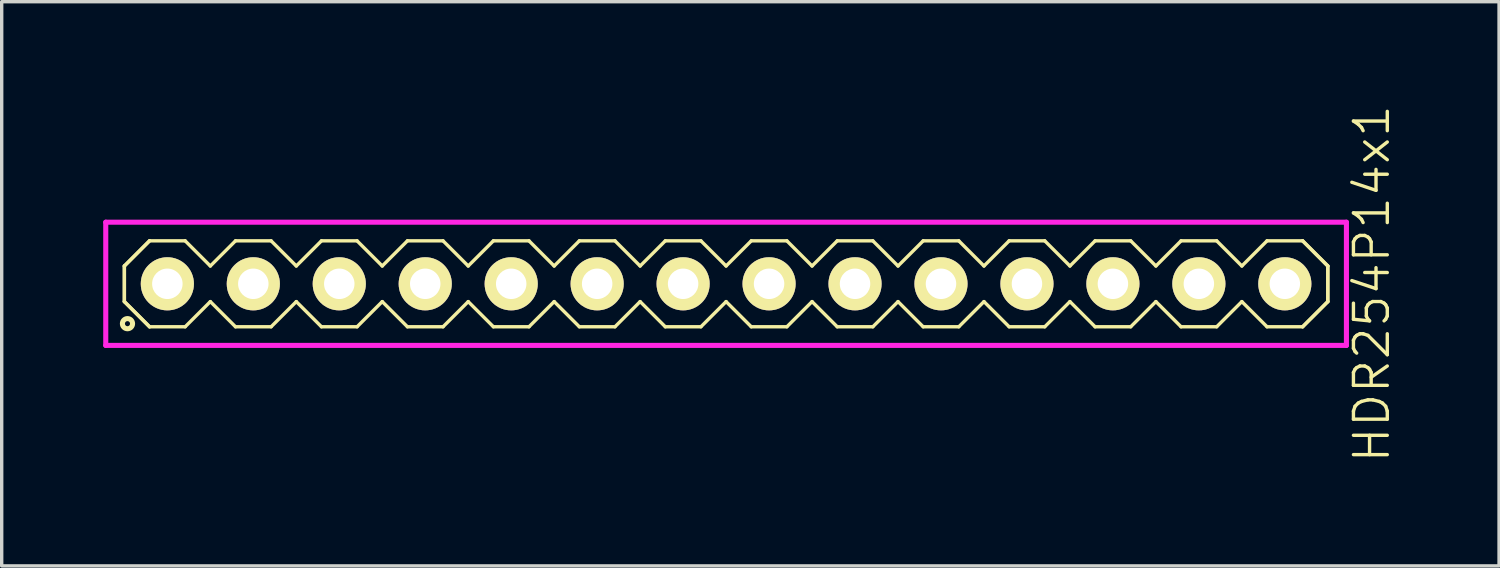
<source format=kicad_pcb>
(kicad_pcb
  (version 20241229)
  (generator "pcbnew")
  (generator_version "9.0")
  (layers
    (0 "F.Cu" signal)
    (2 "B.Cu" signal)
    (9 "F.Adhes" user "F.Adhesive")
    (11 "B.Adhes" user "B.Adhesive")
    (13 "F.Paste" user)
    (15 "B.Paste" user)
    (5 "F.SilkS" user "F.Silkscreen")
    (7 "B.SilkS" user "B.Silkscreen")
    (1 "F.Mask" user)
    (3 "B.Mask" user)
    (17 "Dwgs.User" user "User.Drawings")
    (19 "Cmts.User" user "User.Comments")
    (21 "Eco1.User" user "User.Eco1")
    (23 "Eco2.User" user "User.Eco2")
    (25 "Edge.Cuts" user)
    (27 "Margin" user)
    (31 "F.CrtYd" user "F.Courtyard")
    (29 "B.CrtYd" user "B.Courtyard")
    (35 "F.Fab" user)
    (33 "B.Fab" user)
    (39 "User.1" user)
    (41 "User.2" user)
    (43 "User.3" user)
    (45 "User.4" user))
  (footprint "HDR254P14x1"
    (layer "F.Cu")
    (at 18.405 5.336)
    (property "Reference" "HDR254P14x1" (at 19.08 0 90) (layer "F.SilkS") (effects (font (size 1 1) (thickness 0.1))))
    (attr through_hole)
    (fp_line (start -17.78 -0.526) (end -17.036 -1.27) (stroke (width 0.1) (type solid)) (layer "F.SilkS"))
    (fp_line (start -17.78 -0.526) (end -17.036 -1.27) (stroke (width 0.1) (type solid)) (layer "F.SilkS"))
    (fp_line (start -17.78 0.526) (end -17.78 -0.526) (stroke (width 0.1) (type solid)) (layer "F.SilkS"))
    (fp_line (start -17.78 0.526) (end -17.78 -0.526) (stroke (width 0.1) (type solid)) (layer "F.SilkS"))
    (fp_line (start -17.036 -1.27) (end -15.984 -1.27) (stroke (width 0.1) (type solid)) (layer "F.SilkS"))
    (fp_line (start -17.036 1.27) (end -17.78 0.526) (stroke (width 0.1) (type solid)) (layer "F.SilkS"))
    (fp_line (start -17.036 1.27) (end -17.78 0.526) (stroke (width 0.1) (type solid)) (layer "F.SilkS"))
    (fp_line (start -15.984 -1.27) (end -15.24 -0.526) (stroke (width 0.1) (type solid)) (layer "F.SilkS"))
    (fp_line (start -15.984 1.27) (end -17.036 1.27) (stroke (width 0.1) (type solid)) (layer "F.SilkS"))
    (fp_line (start -15.24 -0.526) (end -14.496 -1.27) (stroke (width 0.1) (type solid)) (layer "F.SilkS"))
    (fp_line (start -15.24 0.526) (end -15.984 1.27) (stroke (width 0.1) (type solid)) (layer "F.SilkS"))
    (fp_line (start -14.496 -1.27) (end -13.444 -1.27) (stroke (width 0.1) (type solid)) (layer "F.SilkS"))
    (fp_line (start -14.496 1.27) (end -15.24 0.526) (stroke (width 0.1) (type solid)) (layer "F.SilkS"))
    (fp_line (start -13.444 -1.27) (end -12.7 -0.526) (stroke (width 0.1) (type solid)) (layer "F.SilkS"))
    (fp_line (start -13.444 1.27) (end -14.496 1.27) (stroke (width 0.1) (type solid)) (layer "F.SilkS"))
    (fp_line (start -12.7 -0.526) (end -11.956 -1.27) (stroke (width 0.1) (type solid)) (layer "F.SilkS"))
    (fp_line (start -12.7 0.526) (end -13.444 1.27) (stroke (width 0.1) (type solid)) (layer "F.SilkS"))
    (fp_line (start -11.956 -1.27) (end -10.904 -1.27) (stroke (width 0.1) (type solid)) (layer "F.SilkS"))
    (fp_line (start -11.956 1.27) (end -12.7 0.526) (stroke (width 0.1) (type solid)) (layer "F.SilkS"))
    (fp_line (start -10.904 -1.27) (end -10.16 -0.526) (stroke (width 0.1) (type solid)) (layer "F.SilkS"))
    (fp_line (start -10.904 1.27) (end -11.956 1.27) (stroke (width 0.1) (type solid)) (layer "F.SilkS"))
    (fp_line (start -10.16 -0.526) (end -9.416 -1.27) (stroke (width 0.1) (type solid)) (layer "F.SilkS"))
    (fp_line (start -10.16 0.526) (end -10.904 1.27) (stroke (width 0.1) (type solid)) (layer "F.SilkS"))
    (fp_line (start -9.416 -1.27) (end -8.364 -1.27) (stroke (width 0.1) (type solid)) (layer "F.SilkS"))
    (fp_line (start -9.416 1.27) (end -10.16 0.526) (stroke (width 0.1) (type solid)) (layer "F.SilkS"))
    (fp_line (start -8.364 -1.27) (end -7.62 -0.526) (stroke (width 0.1) (type solid)) (layer "F.SilkS"))
    (fp_line (start -8.364 1.27) (end -9.416 1.27) (stroke (width 0.1) (type solid)) (layer "F.SilkS"))
    (fp_line (start -7.62 -0.526) (end -6.876 -1.27) (stroke (width 0.1) (type solid)) (layer "F.SilkS"))
    (fp_line (start -7.62 0.526) (end -8.364 1.27) (stroke (width 0.1) (type solid)) (layer "F.SilkS"))
    (fp_line (start -6.876 -1.27) (end -5.824 -1.27) (stroke (width 0.1) (type solid)) (layer "F.SilkS"))
    (fp_line (start -6.876 1.27) (end -7.62 0.526) (stroke (width 0.1) (type solid)) (layer "F.SilkS"))
    (fp_line (start -5.824 -1.27) (end -5.08 -0.526) (stroke (width 0.1) (type solid)) (layer "F.SilkS"))
    (fp_line (start -5.824 1.27) (end -6.876 1.27) (stroke (width 0.1) (type solid)) (layer "F.SilkS"))
    (fp_line (start -5.08 -0.526) (end -4.336 -1.27) (stroke (width 0.1) (type solid)) (layer "F.SilkS"))
    (fp_line (start -5.08 0.526) (end -5.824 1.27) (stroke (width 0.1) (type solid)) (layer "F.SilkS"))
    (fp_line (start -4.336 -1.27) (end -3.284 -1.27) (stroke (width 0.1) (type solid)) (layer "F.SilkS"))
    (fp_line (start -4.336 1.27) (end -5.08 0.526) (stroke (width 0.1) (type solid)) (layer "F.SilkS"))
    (fp_line (start -3.284 -1.27) (end -2.54 -0.526) (stroke (width 0.1) (type solid)) (layer "F.SilkS"))
    (fp_line (start -3.284 1.27) (end -4.336 1.27) (stroke (width 0.1) (type solid)) (layer "F.SilkS"))
    (fp_line (start -2.54 -0.526) (end -1.796 -1.27) (stroke (width 0.1) (type solid)) (layer "F.SilkS"))
    (fp_line (start -2.54 0.526) (end -3.284 1.27) (stroke (width 0.1) (type solid)) (layer "F.SilkS"))
    (fp_line (start -1.796 -1.27) (end -0.744 -1.27) (stroke (width 0.1) (type solid)) (layer "F.SilkS"))
    (fp_line (start -1.796 1.27) (end -2.54 0.526) (stroke (width 0.1) (type solid)) (layer "F.SilkS"))
    (fp_line (start -0.744 -1.27) (end 0 -0.526) (stroke (width 0.1) (type solid)) (layer "F.SilkS"))
    (fp_line (start -0.744 1.27) (end -1.796 1.27) (stroke (width 0.1) (type solid)) (layer "F.SilkS"))
    (fp_line (start 0 -0.526) (end 0.744 -1.27) (stroke (width 0.1) (type solid)) (layer "F.SilkS"))
    (fp_line (start 0 0.526) (end -0.744 1.27) (stroke (width 0.1) (type solid)) (layer "F.SilkS"))
    (fp_line (start 0.744 -1.27) (end 1.796 -1.27) (stroke (width 0.1) (type solid)) (layer "F.SilkS"))
    (fp_line (start 0.744 1.27) (end 0 0.526) (stroke (width 0.1) (type solid)) (layer "F.SilkS"))
    (fp_line (start 1.796 -1.27) (end 2.54 -0.526) (stroke (width 0.1) (type solid)) (layer "F.SilkS"))
    (fp_line (start 1.796 1.27) (end 0.744 1.27) (stroke (width 0.1) (type solid)) (layer "F.SilkS"))
    (fp_line (start 2.54 -0.526) (end 3.284 -1.27) (stroke (width 0.1) (type solid)) (layer "F.SilkS"))
    (fp_line (start 2.54 0.526) (end 1.796 1.27) (stroke (width 0.1) (type solid)) (layer "F.SilkS"))
    (fp_line (start 3.284 -1.27) (end 4.336 -1.27) (stroke (width 0.1) (type solid)) (layer "F.SilkS"))
    (fp_line (start 3.284 1.27) (end 2.54 0.526) (stroke (width 0.1) (type solid)) (layer "F.SilkS"))
    (fp_line (start 4.336 -1.27) (end 5.08 -0.526) (stroke (width 0.1) (type solid)) (layer "F.SilkS"))
    (fp_line (start 4.336 1.27) (end 3.284 1.27) (stroke (width 0.1) (type solid)) (layer "F.SilkS"))
    (fp_line (start 5.08 -0.526) (end 5.824 -1.27) (stroke (width 0.1) (type solid)) (layer "F.SilkS"))
    (fp_line (start 5.08 0.526) (end 4.336 1.27) (stroke (width 0.1) (type solid)) (layer "F.SilkS"))
    (fp_line (start 5.824 -1.27) (end 6.876 -1.27) (stroke (width 0.1) (type solid)) (layer "F.SilkS"))
    (fp_line (start 5.824 1.27) (end 5.08 0.526) (stroke (width 0.1) (type solid)) (layer "F.SilkS"))
    (fp_line (start 6.876 -1.27) (end 7.62 -0.526) (stroke (width 0.1) (type solid)) (layer "F.SilkS"))
    (fp_line (start 6.876 1.27) (end 5.824 1.27) (stroke (width 0.1) (type solid)) (layer "F.SilkS"))
    (fp_line (start 7.62 -0.526) (end 8.364 -1.27) (stroke (width 0.1) (type solid)) (layer "F.SilkS"))
    (fp_line (start 7.62 0.526) (end 6.876 1.27) (stroke (width 0.1) (type solid)) (layer "F.SilkS"))
    (fp_line (start 8.364 -1.27) (end 9.416 -1.27) (stroke (width 0.1) (type solid)) (layer "F.SilkS"))
    (fp_line (start 8.364 1.27) (end 7.62 0.526) (stroke (width 0.1) (type solid)) (layer "F.SilkS"))
    (fp_line (start 9.416 -1.27) (end 10.16 -0.526) (stroke (width 0.1) (type solid)) (layer "F.SilkS"))
    (fp_line (start 9.416 1.27) (end 8.364 1.27) (stroke (width 0.1) (type solid)) (layer "F.SilkS"))
    (fp_line (start 10.16 -0.526) (end 10.904 -1.27) (stroke (width 0.1) (type solid)) (layer "F.SilkS"))
    (fp_line (start 10.16 0.526) (end 9.416 1.27) (stroke (width 0.1) (type solid)) (layer "F.SilkS"))
    (fp_line (start 10.904 -1.27) (end 11.956 -1.27) (stroke (width 0.1) (type solid)) (layer "F.SilkS"))
    (fp_line (start 10.904 1.27) (end 10.16 0.526) (stroke (width 0.1) (type solid)) (layer "F.SilkS"))
    (fp_line (start 11.956 -1.27) (end 12.7 -0.526) (stroke (width 0.1) (type solid)) (layer "F.SilkS"))
    (fp_line (start 11.956 1.27) (end 10.904 1.27) (stroke (width 0.1) (type solid)) (layer "F.SilkS"))
    (fp_line (start 12.7 -0.526) (end 13.444 -1.27) (stroke (width 0.1) (type solid)) (layer "F.SilkS"))
    (fp_line (start 12.7 0.526) (end 11.956 1.27) (stroke (width 0.1) (type solid)) (layer "F.SilkS"))
    (fp_line (start 13.444 -1.27) (end 14.496 -1.27) (stroke (width 0.1) (type solid)) (layer "F.SilkS"))
    (fp_line (start 13.444 1.27) (end 12.7 0.526) (stroke (width 0.1) (type solid)) (layer "F.SilkS"))
    (fp_line (start 14.496 -1.27) (end 15.24 -0.526) (stroke (width 0.1) (type solid)) (layer "F.SilkS"))
    (fp_line (start 14.496 1.27) (end 13.444 1.27) (stroke (width 0.1) (type solid)) (layer "F.SilkS"))
    (fp_line (start 15.24 -0.526) (end 15.984 -1.27) (stroke (width 0.1) (type solid)) (layer "F.SilkS"))
    (fp_line (start 15.24 0.526) (end 14.496 1.27) (stroke (width 0.1) (type solid)) (layer "F.SilkS"))
    (fp_line (start 15.984 -1.27) (end 17.036 -1.27) (stroke (width 0.1) (type solid)) (layer "F.SilkS"))
    (fp_line (start 15.984 1.27) (end 15.24 0.526) (stroke (width 0.1) (type solid)) (layer "F.SilkS"))
    (fp_line (start 17.036 -1.27) (end 17.78 -0.526) (stroke (width 0.1) (type solid)) (layer "F.SilkS"))
    (fp_line (start 17.036 -1.27) (end 17.78 -0.526) (stroke (width 0.1) (type solid)) (layer "F.SilkS"))
    (fp_line (start 17.036 1.27) (end 15.984 1.27) (stroke (width 0.1) (type solid)) (layer "F.SilkS"))
    (fp_line (start 17.78 -0.526) (end 17.78 0.526) (stroke (width 0.1) (type solid)) (layer "F.SilkS"))
    (fp_line (start 17.78 -0.526) (end 17.78 0.526) (stroke (width 0.1) (type solid)) (layer "F.SilkS"))
    (fp_line (start 17.78 0.526) (end 17.036 1.27) (stroke (width 0.1) (type solid)) (layer "F.SilkS"))
    (fp_line (start 17.78 0.526) (end 17.036 1.27) (stroke (width 0.1) (type solid)) (layer "F.SilkS"))
    (fp_circle (center -17.688 1.178) (end -17.538 1.178) (stroke (width 0.15) (type solid)) (fill no) (layer "F.SilkS"))
    (fp_line (start -18.33 -1.82) (end -18.33 1.82) (stroke (width 0.15) (type solid)) (layer "F.CrtYd"))
    (fp_line (start -18.33 1.82) (end 18.33 1.82) (stroke (width 0.15) (type solid)) (layer "F.CrtYd"))
    (fp_line (start 18.33 -1.82) (end -18.33 -1.82) (stroke (width 0.15) (type solid)) (layer "F.CrtYd"))
    (fp_line (start 18.33 1.82) (end 18.33 -1.82) (stroke (width 0.15) (type solid)) (layer "F.CrtYd"))
    (pad "1" thru_hole oval (at -16.51 0) (size 1.57 1.57) (drill 0.9) (layers "*.Cu" "*.Mask" "F.SilkS"))
    (pad "2" thru_hole oval (at -13.97 0) (size 1.57 1.57) (drill 0.9) (layers "*.Cu" "*.Mask" "F.SilkS"))
    (pad "3" thru_hole oval (at -11.43 0) (size 1.57 1.57) (drill 0.9) (layers "*.Cu" "*.Mask" "F.SilkS"))
    (pad "4" thru_hole oval (at -8.89 0) (size 1.57 1.57) (drill 0.9) (layers "*.Cu" "*.Mask" "F.SilkS"))
    (pad "5" thru_hole oval (at -6.35 0) (size 1.57 1.57) (drill 0.9) (layers "*.Cu" "*.Mask" "F.SilkS"))
    (pad "6" thru_hole oval (at -3.81 0) (size 1.57 1.57) (drill 0.9) (layers "*.Cu" "*.Mask" "F.SilkS"))
    (pad "7" thru_hole oval (at -1.27 0) (size 1.57 1.57) (drill 0.9) (layers "*.Cu" "*.Mask" "F.SilkS"))
    (pad "8" thru_hole oval (at 1.27 0) (size 1.57 1.57) (drill 0.9) (layers "*.Cu" "*.Mask" "F.SilkS"))
    (pad "9" thru_hole oval (at 3.81 0) (size 1.57 1.57) (drill 0.9) (layers "*.Cu" "*.Mask" "F.SilkS"))
    (pad "10" thru_hole oval (at 6.35 0) (size 1.57 1.57) (drill 0.9) (layers "*.Cu" "*.Mask" "F.SilkS"))
    (pad "11" thru_hole oval (at 8.89 0) (size 1.57 1.57) (drill 0.9) (layers "*.Cu" "*.Mask" "F.SilkS"))
    (pad "12" thru_hole oval (at 11.43 0) (size 1.57 1.57) (drill 0.9) (layers "*.Cu" "*.Mask" "F.SilkS"))
    (pad "13" thru_hole oval (at 13.97 0) (size 1.57 1.57) (drill 0.9) (layers "*.Cu" "*.Mask" "F.SilkS"))
    (pad "14" thru_hole oval (at 16.51 0) (size 1.57 1.57) (drill 0.9) (layers "*.Cu" "*.Mask" "F.SilkS")))
  (gr_rect
    (start -3 -3)
    (end 41.245 13.671)
    (stroke (width 0.1) (type default))
    (fill no)
    (layer "Edge.Cuts")))
</source>
